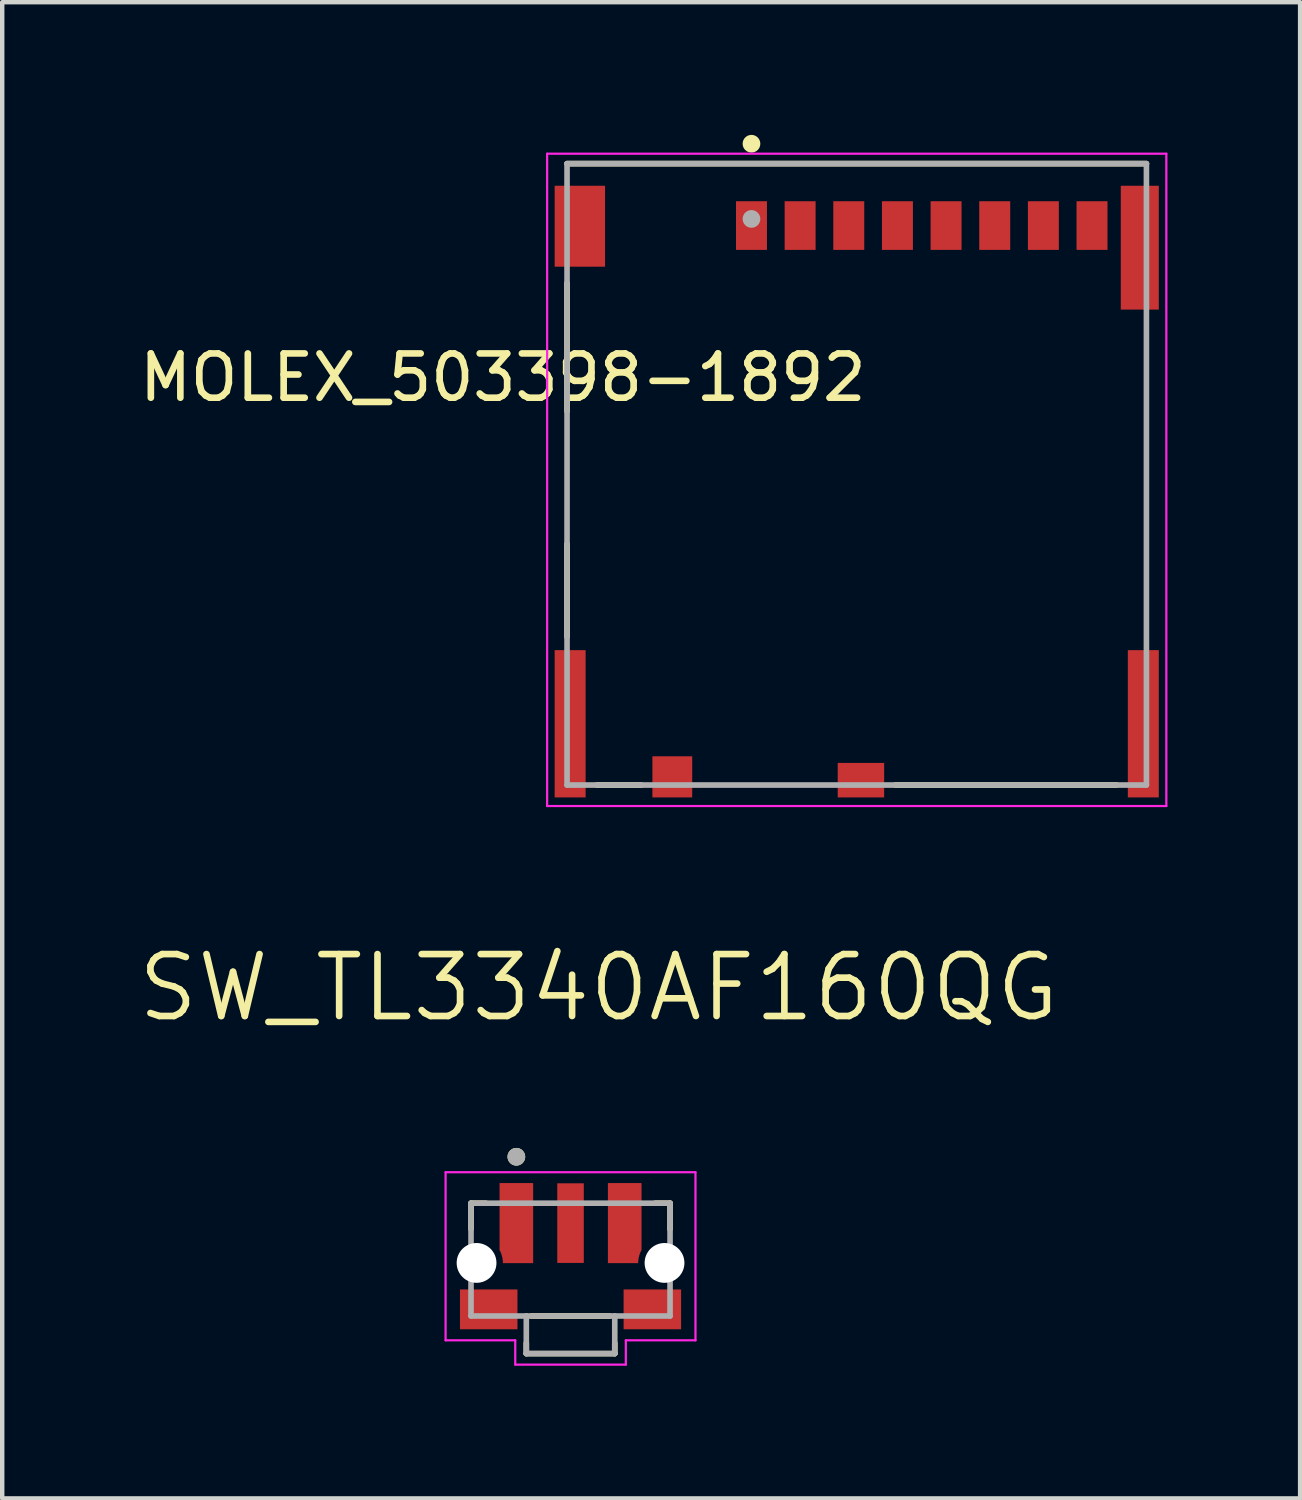
<source format=kicad_pcb>
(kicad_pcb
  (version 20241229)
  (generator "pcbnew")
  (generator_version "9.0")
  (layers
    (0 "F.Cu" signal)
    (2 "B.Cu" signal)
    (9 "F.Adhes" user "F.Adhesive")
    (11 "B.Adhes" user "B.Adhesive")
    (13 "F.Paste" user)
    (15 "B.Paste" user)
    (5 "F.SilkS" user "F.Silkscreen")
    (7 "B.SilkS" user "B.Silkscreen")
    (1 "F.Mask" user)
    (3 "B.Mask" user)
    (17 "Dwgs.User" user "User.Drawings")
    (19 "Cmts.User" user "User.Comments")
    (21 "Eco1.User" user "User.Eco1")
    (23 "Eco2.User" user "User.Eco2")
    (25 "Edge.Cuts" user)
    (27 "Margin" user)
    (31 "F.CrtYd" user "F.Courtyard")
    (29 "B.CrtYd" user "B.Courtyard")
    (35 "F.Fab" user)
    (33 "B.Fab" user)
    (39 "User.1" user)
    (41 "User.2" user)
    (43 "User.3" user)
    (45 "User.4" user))
  (footprint "MOLEX_503398-1892"
    (layer "F.Cu")
    (at 16.321 7.675)
    (property "Reference" "MOLEX_503398-1892" (at -8 -2.188 0) (layer "F.SilkS") (effects (font (size 1.001 1.001) (thickness 0.15))))
    (attr through_hole)
    (fp_line (start -6.55 -7.025) (end 6.55 -7.025) (stroke (width 0.127) (type solid)) (layer "F.SilkS"))
    (fp_line (start -6.55 -4.325) (end -6.55 -1.425) (stroke (width 0.127) (type solid)) (layer "F.SilkS"))
    (fp_line (start -6.55 1.575) (end -6.55 3.675) (stroke (width 0.127) (type solid)) (layer "F.SilkS"))
    (fp_line (start -5.876 7.025) (end -4.874 7.025) (stroke (width 0.127) (type solid)) (layer "F.SilkS"))
    (fp_line (start 0.874 7.025) (end 5.876 7.025) (stroke (width 0.127) (type solid)) (layer "F.SilkS"))
    (fp_circle (center -2.38 -7.475) (end -2.28 -7.475) (stroke (width 0.2) (type solid)) (fill no) (layer "F.SilkS"))
    (fp_line (start -7 -7.25) (end 7 -7.25) (stroke (width 0.05) (type solid)) (layer "F.CrtYd"))
    (fp_line (start -7 7.5) (end -7 -7.25) (stroke (width 0.05) (type solid)) (layer "F.CrtYd"))
    (fp_line (start 7 -7.25) (end 7 7.5) (stroke (width 0.05) (type solid)) (layer "F.CrtYd"))
    (fp_line (start 7 7.5) (end -7 7.5) (stroke (width 0.05) (type solid)) (layer "F.CrtYd"))
    (fp_line (start -6.55 -7.025) (end 6.55 -7.025) (stroke (width 0.127) (type solid)) (layer "F.Fab"))
    (fp_line (start -6.55 7.025) (end -6.55 -7.025) (stroke (width 0.127) (type solid)) (layer "F.Fab"))
    (fp_line (start 6.55 -7.025) (end 6.55 7.025) (stroke (width 0.127) (type solid)) (layer "F.Fab"))
    (fp_line (start 6.55 7.025) (end -6.55 7.025) (stroke (width 0.127) (type solid)) (layer "F.Fab"))
    (fp_circle (center -2.38 -5.775) (end -2.28 -5.775) (stroke (width 0.2) (type solid)) (fill no) (layer "F.Fab"))
    (pad "1" smd rect (at -2.38 -5.625) (size 0.7 1.1) (layers "F.Cu" "F.Mask" "F.Paste"))
    (pad "2" smd rect (at -1.28 -5.625) (size 0.7 1.1) (layers "F.Cu" "F.Mask" "F.Paste"))
    (pad "3" smd rect (at -0.18 -5.625) (size 0.7 1.1) (layers "F.Cu" "F.Mask" "F.Paste"))
    (pad "4" smd rect (at 0.92 -5.625) (size 0.7 1.1) (layers "F.Cu" "F.Mask" "F.Paste"))
    (pad "5" smd rect (at 2.02 -5.625) (size 0.7 1.1) (layers "F.Cu" "F.Mask" "F.Paste"))
    (pad "6" smd rect (at 3.12 -5.625) (size 0.7 1.1) (layers "F.Cu" "F.Mask" "F.Paste"))
    (pad "7" smd rect (at 4.22 -5.625) (size 0.7 1.1) (layers "F.Cu" "F.Mask" "F.Paste"))
    (pad "8" smd rect (at 5.32 -5.625) (size 0.7 1.1) (layers "F.Cu" "F.Mask" "F.Paste"))
    (pad "9" smd rect (at -4.17 6.84) (size 0.9 0.93) (layers "F.Cu" "F.Mask" "F.Paste"))
    (pad "10" smd rect (at 0.095 6.915) (size 1.05 0.78) (layers "F.Cu" "F.Mask" "F.Paste"))
    (pad "P1" smd rect (at -6.26 -5.61) (size 1.14 1.83) (layers "F.Cu" "F.Mask" "F.Paste"))
    (pad "P2" smd rect (at 6.4 -5.125) (size 0.86 2.8) (layers "F.Cu" "F.Mask" "F.Paste"))
    (pad "P3" smd rect (at -6.48 5.64) (size 0.7 3.33) (layers "F.Cu" "F.Mask" "F.Paste"))
    (pad "P4" smd rect (at 6.48 5.64) (size 0.7 3.33) (layers "F.Cu" "F.Mask" "F.Paste"))
    (zone (net_name "") (layer "F.Cu") (hatch full 0.508) (connect_pads) (min_thickness 0.01) (filled_areas_thickness no) (keepout (tracks not_allowed) (vias not_allowed) (pads not_allowed) (copperpour not_allowed) (footprints allowed)) (placement (enabled no)) (fill) (polygon (pts (xy 9.485 6.55) (xy 10.191 6.55) (xy 10.191 8.951) (xy 9.485 8.951))))
    (zone (net_name "") (layer "F.Cu") (hatch full 0.508) (connect_pads) (min_thickness 0.01) (filled_areas_thickness no) (keepout (tracks not_allowed) (vias not_allowed) (pads not_allowed) (copperpour not_allowed) (footprints allowed)) (placement (enabled no)) (fill) (polygon (pts (xy 11.076 12.25) (xy 11.636 12.25) (xy 11.636 14.413) (xy 11.076 14.413))))
    (zone (net_name "") (layer "F.Cu") (hatch full 0.508) (connect_pads) (min_thickness 0.01) (filled_areas_thickness no) (keepout (tracks not_allowed) (vias not_allowed) (pads not_allowed) (copperpour not_allowed) (footprints allowed)) (placement (enabled no)) (fill) (polygon (pts (xy 13.099 14.05) (xy 13.651 14.05) (xy 13.651 14.605) (xy 13.099 14.605))))
    (zone (net_name "") (layers "F.Cu" "B.Cu") (hatch full 0.508) (connect_pads) (min_thickness 0.01) (filled_areas_thickness no) (keepout (tracks allowed) (vias not_allowed) (pads allowed) (copperpour allowed) (footprints allowed)) (placement (enabled no)) (fill) (polygon (pts (xy 9.479 6.55) (xy 10.191 6.55) (xy 10.191 8.952) (xy 9.479 8.952))))
    (zone (net_name "") (layers "F.Cu" "B.Cu") (hatch full 0.508) (connect_pads) (min_thickness 0.01) (filled_areas_thickness no) (keepout (tracks allowed) (vias not_allowed) (pads allowed) (copperpour allowed) (footprints allowed)) (placement (enabled no)) (fill) (polygon (pts (xy 11.082 12.25) (xy 11.636 12.25) (xy 11.636 14.405) (xy 11.082 14.405))))
    (zone (net_name "") (layers "F.Cu" "B.Cu") (hatch full 0.508) (connect_pads) (min_thickness 0.01) (filled_areas_thickness no) (keepout (tracks allowed) (vias not_allowed) (pads allowed) (copperpour allowed) (footprints allowed)) (placement (enabled no)) (fill) (polygon (pts (xy 13.096 14.05) (xy 13.651 14.05) (xy 13.651 14.612) (xy 13.096 14.612)))))
  (footprint "SW_TL3340AF160QG"
    (layer "F.Cu")
    (at 9.85 25.505)
    (property "Reference" "SW_TL3340AF160QG" (at 0.635 -6.223 0) (layer "F.SilkS") (effects (font (size 1.4 1.4) (thickness 0.15))))
    (attr smd)
    (fp_poly (pts (xy -1.7 -1.9) (xy -0.75 -1.9) (xy -0.75 0.1) (xy -1.533 0.1) (xy -1.531 0.083) (xy -1.528 0.048) (xy -1.527 0.013) (xy -1.527 -0.021) (xy -1.528 -0.039) (xy -1.528 -0.039) (xy -1.529 -0.048) (xy -1.531 -0.067) (xy -1.534 -0.086) (xy -1.537 -0.105) (xy -1.539 -0.114) (xy -1.54 -0.123) (xy -1.544 -0.142) (xy -1.549 -0.16) (xy -1.553 -0.178) (xy -1.556 -0.187) (xy -1.569 -0.219) (xy -1.599 -0.282) (xy -1.635 -0.342) (xy -1.677 -0.397) (xy -1.7 -0.423)) (stroke (width 0.01) (type solid)) (fill yes) (layer "F.Mask"))
    (fp_poly (pts (xy 1.7 -1.9) (xy 0.75 -1.9) (xy 0.75 0.1) (xy 1.533 0.1) (xy 1.531 0.083) (xy 1.528 0.048) (xy 1.527 0.013) (xy 1.527 -0.021) (xy 1.528 -0.039) (xy 1.528 -0.039) (xy 1.529 -0.048) (xy 1.531 -0.067) (xy 1.534 -0.086) (xy 1.537 -0.105) (xy 1.539 -0.114) (xy 1.539 -0.114) (xy 1.54 -0.123) (xy 1.544 -0.142) (xy 1.549 -0.16) (xy 1.553 -0.178) (xy 1.556 -0.187) (xy 1.569 -0.219) (xy 1.599 -0.282) (xy 1.635 -0.342) (xy 1.677 -0.397) (xy 1.7 -0.423) (xy 1.7 -0.423)) (stroke (width 0.01) (type solid)) (fill yes) (layer "F.Mask"))
    (fp_line (start -2.25 -1.35) (end -2.25 -0.763) (stroke (width 0.127) (type solid)) (layer "F.SilkS"))
    (fp_line (start -1.913 -1.35) (end -2.25 -1.35) (stroke (width 0.127) (type solid)) (layer "F.SilkS"))
    (fp_line (start -1 2.05) (end -1 1.813) (stroke (width 0.127) (type solid)) (layer "F.SilkS"))
    (fp_line (start -1 2.05) (end 1 2.05) (stroke (width 0.127) (type solid)) (layer "F.SilkS"))
    (fp_line (start -0.886 1.2) (end 0.886 1.2) (stroke (width 0.127) (type solid)) (layer "F.SilkS"))
    (fp_line (start 1 2.05) (end 1 1.813) (stroke (width 0.127) (type solid)) (layer "F.SilkS"))
    (fp_line (start 1.913 -1.35) (end 2.25 -1.35) (stroke (width 0.127) (type solid)) (layer "F.SilkS"))
    (fp_line (start 2.25 -1.35) (end 2.25 -0.763) (stroke (width 0.127) (type solid)) (layer "F.SilkS"))
    (fp_circle (center -1.225 -2.4) (end -1.125 -2.4) (stroke (width 0.2) (type solid)) (fill no) (layer "F.SilkS"))
    (fp_poly (pts (xy -1.6 -1.8) (xy -0.85 -1.8) (xy -0.85 0) (xy -1.525 0) (xy -1.525 -0.009) (xy -1.525 -0.027) (xy -1.526 -0.045) (xy -1.529 -0.063) (xy -1.53 -0.071) (xy -1.53 -0.071) (xy -1.531 -0.08) (xy -1.533 -0.098) (xy -1.536 -0.116) (xy -1.54 -0.134) (xy -1.543 -0.143) (xy -1.545 -0.153) (xy -1.551 -0.175) (xy -1.557 -0.196) (xy -1.565 -0.217) (xy -1.569 -0.227) (xy -1.572 -0.236) (xy -1.579 -0.252) (xy -1.587 -0.268) (xy -1.595 -0.283) (xy -1.6 -0.29) (xy -1.6 -0.3)) (stroke (width 0.01) (type solid)) (fill yes) (layer "F.Paste"))
    (fp_poly (pts (xy 1.6 -1.8) (xy 0.85 -1.8) (xy 0.85 0) (xy 1.525 0) (xy 1.525 -0.009) (xy 1.525 -0.027) (xy 1.526 -0.045) (xy 1.529 -0.063) (xy 1.53 -0.071) (xy 1.53 -0.071) (xy 1.531 -0.08) (xy 1.533 -0.098) (xy 1.536 -0.116) (xy 1.54 -0.134) (xy 1.543 -0.143) (xy 1.545 -0.153) (xy 1.551 -0.175) (xy 1.557 -0.196) (xy 1.565 -0.217) (xy 1.569 -0.227) (xy 1.572 -0.236) (xy 1.579 -0.252) (xy 1.587 -0.268) (xy 1.595 -0.283) (xy 1.6 -0.29) (xy 1.6 -0.3)) (stroke (width 0.01) (type solid)) (fill yes) (layer "F.Paste"))
    (fp_line (start -2.825 -2.05) (end -2.825 1.75) (stroke (width 0.05) (type solid)) (layer "F.CrtYd"))
    (fp_line (start -2.825 1.75) (end -1.25 1.75) (stroke (width 0.05) (type solid)) (layer "F.CrtYd"))
    (fp_line (start -1.25 1.75) (end -1.25 2.3) (stroke (width 0.05) (type solid)) (layer "F.CrtYd"))
    (fp_line (start -1.25 2.3) (end 1.25 2.3) (stroke (width 0.05) (type solid)) (layer "F.CrtYd"))
    (fp_line (start 1.25 1.75) (end 2.825 1.75) (stroke (width 0.05) (type solid)) (layer "F.CrtYd"))
    (fp_line (start 1.25 2.3) (end 1.25 1.75) (stroke (width 0.05) (type solid)) (layer "F.CrtYd"))
    (fp_line (start 2.825 -2.05) (end -2.825 -2.05) (stroke (width 0.05) (type solid)) (layer "F.CrtYd"))
    (fp_line (start 2.825 1.75) (end 2.825 -2.05) (stroke (width 0.05) (type solid)) (layer "F.CrtYd"))
    (fp_line (start -2.25 -1.35) (end -2.25 1.2) (stroke (width 0.127) (type solid)) (layer "F.Fab"))
    (fp_line (start -2.25 1.2) (end -1 1.2) (stroke (width 0.127) (type solid)) (layer "F.Fab"))
    (fp_line (start -1 1.2) (end -1 2.05) (stroke (width 0.127) (type solid)) (layer "F.Fab"))
    (fp_line (start -1 1.2) (end 1 1.2) (stroke (width 0.127) (type solid)) (layer "F.Fab"))
    (fp_line (start -1 2.05) (end 1 2.05) (stroke (width 0.127) (type solid)) (layer "F.Fab"))
    (fp_line (start 1 1.2) (end 2.25 1.2) (stroke (width 0.127) (type solid)) (layer "F.Fab"))
    (fp_line (start 1 2.05) (end 1 1.2) (stroke (width 0.127) (type solid)) (layer "F.Fab"))
    (fp_line (start 2.25 -1.35) (end -2.25 -1.35) (stroke (width 0.127) (type solid)) (layer "F.Fab"))
    (fp_line (start 2.25 1.2) (end 2.25 -1.35) (stroke (width 0.127) (type solid)) (layer "F.Fab"))
    (fp_circle (center -1.225 -2.4) (end -1.125 -2.4) (stroke (width 0.2) (type solid)) (fill no) (layer "F.Fab"))
    (pad "" np_thru_hole circle (at -2.125 0) (size 0.9 0.9) (drill 0.9) (layers "*.Cu" "*.Mask"))
    (pad "" np_thru_hole circle (at 2.125 0) (size 0.9 0.9) (drill 0.9) (layers "*.Cu" "*.Mask"))
    (pad "1" smd custom (at -1.225 -0.9) (size 0.2 0.2) (layers "F.Cu") (options (anchor rect)) (primitives (gr_poly (pts (xy -0.375 -0.9) (xy 0.375 -0.9) (xy 0.375 0.9) (xy -0.3 0.9) (xy -0.3 0.891) (xy -0.3 0.873) (xy -0.301 0.855) (xy -0.304 0.837) (xy -0.305 0.829) (xy -0.305 0.829) (xy -0.306 0.82) (xy -0.308 0.802) (xy -0.311 0.784) (xy -0.315 0.766) (xy -0.318 0.757) (xy -0.32 0.747) (xy -0.326 0.725) (xy -0.332 0.704) (xy -0.34 0.683) (xy -0.344 0.673) (xy -0.347 0.664) (xy -0.354 0.648) (xy -0.362 0.632) (xy -0.37 0.617) (xy -0.375 0.61) (xy -0.375 0.6)) (width 0.01) (fill yes))))
    (pad "2" smd rect (at 0 -0.9) (size 0.6 1.8) (layers "F.Cu" "F.Mask" "F.Paste"))
    (pad "3" smd custom (at 1.225 -0.9) (size 0.2 0.2) (layers "F.Cu") (options (anchor rect)) (primitives (gr_poly (pts (xy 0.375 -0.9) (xy -0.375 -0.9) (xy -0.375 0.9) (xy 0.3 0.9) (xy 0.3 0.891) (xy 0.3 0.873) (xy 0.301 0.855) (xy 0.304 0.837) (xy 0.305 0.829) (xy 0.305 0.829) (xy 0.306 0.82) (xy 0.308 0.802) (xy 0.311 0.784) (xy 0.315 0.766) (xy 0.318 0.757) (xy 0.32 0.747) (xy 0.326 0.725) (xy 0.332 0.704) (xy 0.34 0.683) (xy 0.344 0.673) (xy 0.347 0.664) (xy 0.354 0.648) (xy 0.362 0.632) (xy 0.37 0.617) (xy 0.375 0.61) (xy 0.375 0.6)) (width 0.01) (fill yes))))
    (pad "S1" smd rect (at -1.85 1.05 180) (size 1.3 0.9) (layers "F.Cu" "F.Mask" "F.Paste"))
    (pad "S2" smd rect (at 1.85 1.05) (size 1.3 0.9) (layers "F.Cu" "F.Mask" "F.Paste"))
    (zone (net_name "") (layer "F.Cu") (hatch full 0.508) (connect_pads) (min_thickness 0.01) (filled_areas_thickness no) (keepout (tracks not_allowed) (vias not_allowed) (pads not_allowed) (copperpour not_allowed) (footprints allowed)) (placement (enabled no)) (fill) (polygon (pts (xy 8.85 25.805) (xy 10.85 25.805) (xy 10.85 27.005) (xy 8.85 27.005))))
    (zone (net_name "") (layers "F.Cu" "B.Cu") (hatch full 0.508) (connect_pads) (min_thickness 0.01) (filled_areas_thickness no) (keepout (tracks allowed) (vias not_allowed) (pads allowed) (copperpour allowed) (footprints allowed)) (placement (enabled no)) (fill) (polygon (pts (xy 8.85 25.805) (xy 10.85 25.805) (xy 10.85 27.005) (xy 8.85 27.005)))))
  (gr_rect
    (start -3 -3)
    (end 26.346 30.83)
    (stroke (width 0.1) (type default))
    (fill no)
    (layer "Edge.Cuts")))
</source>
